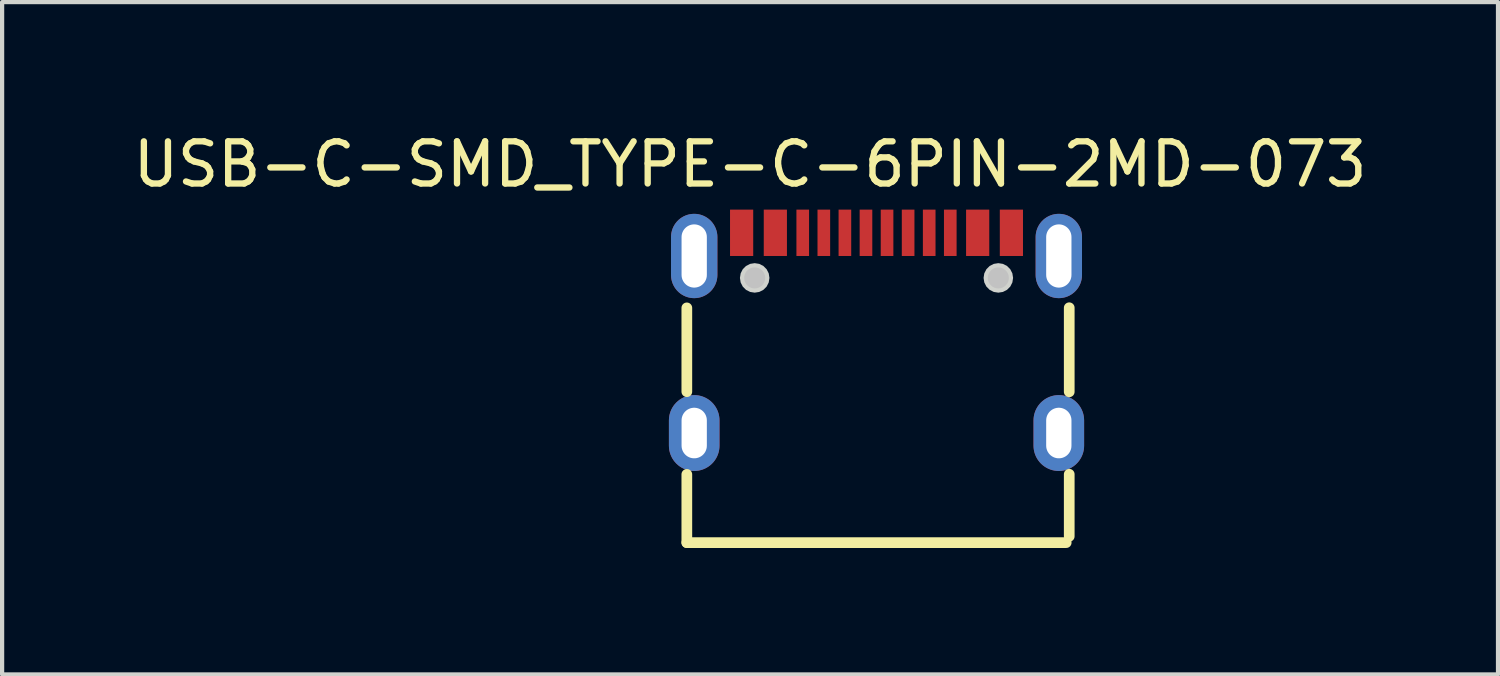
<source format=kicad_pcb>
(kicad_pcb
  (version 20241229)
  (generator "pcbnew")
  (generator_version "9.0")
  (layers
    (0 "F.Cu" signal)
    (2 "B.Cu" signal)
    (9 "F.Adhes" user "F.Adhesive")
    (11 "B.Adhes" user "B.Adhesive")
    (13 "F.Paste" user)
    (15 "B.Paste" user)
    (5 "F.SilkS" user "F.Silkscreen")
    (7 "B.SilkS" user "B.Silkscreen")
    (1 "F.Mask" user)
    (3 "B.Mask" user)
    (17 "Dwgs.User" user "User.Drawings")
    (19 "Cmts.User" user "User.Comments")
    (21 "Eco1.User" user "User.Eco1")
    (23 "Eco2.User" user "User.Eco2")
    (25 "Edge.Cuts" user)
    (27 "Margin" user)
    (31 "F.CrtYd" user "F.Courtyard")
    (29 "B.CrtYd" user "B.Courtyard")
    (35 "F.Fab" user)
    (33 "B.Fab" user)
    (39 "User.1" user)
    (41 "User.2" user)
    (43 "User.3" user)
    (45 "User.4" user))
  (footprint "USB-C-SMD_TYPE-C-6PIN-2MD-073"
    (layer "F.Cu")
    (at 17.744 4.848)
    (property "Reference" "USB-C-SMD_TYPE-C-6PIN-2MD-073" (at -3 -4 0) (layer "F.SilkS") (effects (font (size 1 1) (thickness 0.15))))
    (fp_line (start -4.5 1.394) (end -4.5 -0.594) (stroke (width 0.254) (type default)) (layer "F.SilkS"))
    (fp_line (start -4.5 4.975) (end -4.5 3.356) (stroke (width 0.254) (type default)) (layer "F.SilkS"))
    (fp_line (start 4.5 4.975) (end -4.5 4.975) (stroke (width 0.254) (type default)) (layer "F.SilkS"))
    (fp_line (start 4.572 1.397) (end 4.572 -0.597) (stroke (width 0.254) (type default)) (layer "F.SilkS"))
    (fp_line (start 4.572 4.826) (end 4.572 3.353) (stroke (width 0.254) (type default)) (layer "F.SilkS"))
    (fp_poly (pts (xy -3.5 -2.925) (xy -3.5 -1.825) (xy -2.9 -1.825) (xy -2.9 -2.925)) (stroke (width 0) (type default)) (fill yes) (layer "F.Paste"))
    (fp_poly (pts (xy -2.7 -2.925) (xy -2.7 -1.825) (xy -2.1 -1.825) (xy -2.1 -2.925)) (stroke (width 0) (type default)) (fill yes) (layer "F.Paste"))
    (fp_poly (pts (xy -1.6 -1.825) (xy -1.6 -2.925) (xy -1.9 -2.925) (xy -1.9 -1.825)) (stroke (width 0) (type default)) (fill yes) (layer "F.Paste"))
    (fp_poly (pts (xy -1.1 -1.825) (xy -1.1 -2.925) (xy -1.4 -2.925) (xy -1.4 -1.825)) (stroke (width 0) (type default)) (fill yes) (layer "F.Paste"))
    (fp_poly (pts (xy -0.6 -1.825) (xy -0.6 -2.925) (xy -0.9 -2.925) (xy -0.9 -1.825)) (stroke (width 0) (type default)) (fill yes) (layer "F.Paste"))
    (fp_poly (pts (xy -0.1 -1.825) (xy -0.1 -2.925) (xy -0.4 -2.925) (xy -0.4 -1.825)) (stroke (width 0) (type default)) (fill yes) (layer "F.Paste"))
    (fp_poly (pts (xy 0.4 -1.825) (xy 0.4 -2.925) (xy 0.1 -2.925) (xy 0.1 -1.825)) (stroke (width 0) (type default)) (fill yes) (layer "F.Paste"))
    (fp_poly (pts (xy 0.9 -1.825) (xy 0.9 -2.925) (xy 0.6 -2.925) (xy 0.6 -1.825)) (stroke (width 0) (type default)) (fill yes) (layer "F.Paste"))
    (fp_poly (pts (xy 1.4 -1.825) (xy 1.4 -2.925) (xy 1.1 -2.925) (xy 1.1 -1.825)) (stroke (width 0) (type default)) (fill yes) (layer "F.Paste"))
    (fp_poly (pts (xy 1.6 -2.925) (xy 1.6 -1.825) (xy 1.9 -1.825) (xy 1.9 -2.925)) (stroke (width 0) (type default)) (fill yes) (layer "F.Paste"))
    (fp_poly (pts (xy 2.1 -2.925) (xy 2.1 -1.825) (xy 2.7 -1.825) (xy 2.7 -2.925)) (stroke (width 0) (type default)) (fill yes) (layer "F.Paste"))
    (fp_poly (pts (xy 3.5 -1.825) (xy 3.5 -2.925) (xy 2.9 -2.925) (xy 2.9 -1.825)) (stroke (width 0) (type default)) (fill yes) (layer "F.Paste"))
    (fp_poly (pts (xy -4.34 -2.825) (xy -4.37 -2.824) (xy -4.399 -2.821) (xy -4.429 -2.816) (xy -4.458 -2.81) (xy -4.487 -2.803) (xy -4.516 -2.794) (xy -4.544 -2.784) (xy -4.572 -2.772) (xy -4.598 -2.759) (xy -4.625 -2.744) (xy -4.651 -2.729) (xy -4.675 -2.712) (xy -4.699 -2.694) (xy -4.722 -2.675) (xy -4.744 -2.655) (xy -4.765 -2.633) (xy -4.785 -2.611) (xy -4.803 -2.587) (xy -4.821 -2.563) (xy -4.837 -2.538) (xy -4.852 -2.512) (xy -4.865 -2.486) (xy -4.878 -2.458) (xy -4.889 -2.43) (xy -4.899 -2.402) (xy -4.907 -2.373) (xy -4.913 -2.344) (xy -4.918 -2.314) (xy -4.922 -2.285) (xy -4.924 -2.255) (xy -4.925 -2.225) (xy -4.925 -1.425) (xy -4.924 -1.395) (xy -4.922 -1.365) (xy -4.918 -1.335) (xy -4.913 -1.306) (xy -4.907 -1.277) (xy -4.899 -1.248) (xy -4.889 -1.22) (xy -4.878 -1.192) (xy -4.865 -1.165) (xy -4.852 -1.138) (xy -4.837 -1.113) (xy -4.821 -1.087) (xy -4.803 -1.063) (xy -4.785 -1.04) (xy -4.765 -1.017) (xy -4.744 -0.996) (xy -4.722 -0.976) (xy -4.699 -0.956) (xy -4.675 -0.938) (xy -4.651 -0.921) (xy -4.625 -0.905) (xy -4.598 -0.891) (xy -4.572 -0.878) (xy -4.544 -0.867) (xy -4.516 -0.857) (xy -4.487 -0.848) (xy -4.458 -0.84) (xy -4.429 -0.834) (xy -4.399 -0.83) (xy -4.37 -0.827) (xy -4.34 -0.826) (xy -4.31 -0.826) (xy -4.28 -0.827) (xy -4.25 -0.83) (xy -4.221 -0.834) (xy -4.191 -0.84) (xy -4.162 -0.848) (xy -4.134 -0.857) (xy -4.106 -0.867) (xy -4.078 -0.878) (xy -4.051 -0.891) (xy -4.025 -0.905) (xy -3.999 -0.921) (xy -3.974 -0.938) (xy -3.951 -0.956) (xy -3.928 -0.976) (xy -3.906 -0.996) (xy -3.885 -1.017) (xy -3.865 -1.04) (xy -3.846 -1.063) (xy -3.829 -1.087) (xy -3.813 -1.113) (xy -3.798 -1.138) (xy -3.784 -1.165) (xy -3.772 -1.192) (xy -3.761 -1.22) (xy -3.752 -1.248) (xy -3.744 -1.277) (xy -3.737 -1.306) (xy -3.732 -1.335) (xy -3.728 -1.365) (xy -3.725 -1.395) (xy -3.725 -1.425) (xy -3.725 -2.225) (xy -3.725 -2.255) (xy -3.728 -2.285) (xy -3.732 -2.314) (xy -3.737 -2.344) (xy -3.744 -2.373) (xy -3.752 -2.402) (xy -3.761 -2.43) (xy -3.772 -2.458) (xy -3.784 -2.486) (xy -3.798 -2.512) (xy -3.813 -2.538) (xy -3.829 -2.563) (xy -3.846 -2.587) (xy -3.865 -2.611) (xy -3.885 -2.633) (xy -3.906 -2.655) (xy -3.928 -2.675) (xy -3.951 -2.694) (xy -3.974 -2.712) (xy -3.999 -2.729) (xy -4.025 -2.744) (xy -4.051 -2.759) (xy -4.078 -2.772) (xy -4.106 -2.784) (xy -4.134 -2.794) (xy -4.162 -2.803) (xy -4.191 -2.81) (xy -4.221 -2.816) (xy -4.25 -2.821) (xy -4.28 -2.824) (xy -4.31 -2.825)) (stroke (width 0) (type default)) (fill yes) (layer "F.Paste"))
    (fp_poly (pts (xy -4.28 1.627) (xy -4.31 1.625) (xy -4.34 1.625) (xy -4.37 1.627) (xy -4.399 1.629) (xy -4.429 1.634) (xy -4.458 1.64) (xy -4.487 1.647) (xy -4.516 1.657) (xy -4.544 1.667) (xy -4.572 1.678) (xy -4.598 1.691) (xy -4.625 1.706) (xy -4.651 1.721) (xy -4.675 1.738) (xy -4.699 1.756) (xy -4.722 1.775) (xy -4.744 1.796) (xy -4.765 1.817) (xy -4.785 1.839) (xy -4.803 1.863) (xy -4.821 1.887) (xy -4.837 1.912) (xy -4.852 1.938) (xy -4.865 1.964) (xy -4.878 1.992) (xy -4.889 2.02) (xy -4.899 2.048) (xy -4.907 2.077) (xy -4.913 2.106) (xy -4.918 2.135) (xy -4.922 2.166) (xy -4.924 2.195) (xy -4.925 2.225) (xy -4.925 2.525) (xy -4.924 2.555) (xy -4.922 2.585) (xy -4.918 2.615) (xy -4.913 2.644) (xy -4.907 2.673) (xy -4.899 2.702) (xy -4.889 2.73) (xy -4.878 2.758) (xy -4.865 2.785) (xy -4.852 2.812) (xy -4.837 2.838) (xy -4.821 2.863) (xy -4.803 2.888) (xy -4.785 2.91) (xy -4.765 2.933) (xy -4.744 2.954) (xy -4.722 2.975) (xy -4.699 2.994) (xy -4.675 3.012) (xy -4.651 3.029) (xy -4.625 3.045) (xy -4.598 3.059) (xy -4.572 3.072) (xy -4.544 3.083) (xy -4.516 3.094) (xy -4.487 3.103) (xy -4.458 3.11) (xy -4.429 3.116) (xy -4.399 3.12) (xy -4.37 3.123) (xy -4.34 3.125) (xy -4.31 3.125) (xy -4.28 3.123) (xy -4.25 3.12) (xy -4.221 3.116) (xy -4.191 3.11) (xy -4.162 3.103) (xy -4.134 3.094) (xy -4.106 3.083) (xy -4.078 3.072) (xy -4.051 3.059) (xy -4.025 3.045) (xy -3.999 3.029) (xy -3.974 3.012) (xy -3.951 2.994) (xy -3.928 2.975) (xy -3.906 2.954) (xy -3.885 2.933) (xy -3.865 2.91) (xy -3.846 2.888) (xy -3.829 2.863) (xy -3.813 2.838) (xy -3.798 2.812) (xy -3.784 2.785) (xy -3.772 2.758) (xy -3.761 2.73) (xy -3.752 2.702) (xy -3.744 2.673) (xy -3.737 2.644) (xy -3.732 2.615) (xy -3.728 2.585) (xy -3.725 2.555) (xy -3.725 2.525) (xy -3.725 2.225) (xy -3.725 2.195) (xy -3.728 2.166) (xy -3.732 2.135) (xy -3.737 2.106) (xy -3.744 2.077) (xy -3.752 2.048) (xy -3.761 2.02) (xy -3.772 1.992) (xy -3.784 1.964) (xy -3.798 1.938) (xy -3.813 1.912) (xy -3.829 1.887) (xy -3.846 1.863) (xy -3.865 1.839) (xy -3.885 1.817) (xy -3.906 1.796) (xy -3.928 1.775) (xy -3.951 1.756) (xy -3.974 1.738) (xy -3.999 1.721) (xy -4.025 1.706) (xy -4.051 1.691) (xy -4.078 1.678) (xy -4.106 1.667) (xy -4.134 1.657) (xy -4.162 1.647) (xy -4.191 1.64) (xy -4.221 1.634) (xy -4.25 1.629)) (stroke (width 0) (type default)) (fill yes) (layer "F.Paste"))
    (fp_poly (pts (xy 4.31 1.625) (xy 4.28 1.627) (xy 4.25 1.629) (xy 4.221 1.634) (xy 4.191 1.64) (xy 4.162 1.647) (xy 4.134 1.657) (xy 4.106 1.667) (xy 4.078 1.678) (xy 4.051 1.691) (xy 4.025 1.706) (xy 3.999 1.721) (xy 3.974 1.738) (xy 3.951 1.756) (xy 3.928 1.775) (xy 3.906 1.796) (xy 3.885 1.817) (xy 3.865 1.839) (xy 3.846 1.863) (xy 3.829 1.887) (xy 3.813 1.912) (xy 3.798 1.938) (xy 3.784 1.964) (xy 3.772 1.992) (xy 3.761 2.02) (xy 3.752 2.048) (xy 3.744 2.077) (xy 3.737 2.106) (xy 3.732 2.135) (xy 3.728 2.166) (xy 3.725 2.195) (xy 3.725 2.225) (xy 3.725 2.525) (xy 3.725 2.555) (xy 3.728 2.585) (xy 3.732 2.615) (xy 3.737 2.644) (xy 3.744 2.673) (xy 3.752 2.702) (xy 3.761 2.73) (xy 3.772 2.758) (xy 3.784 2.785) (xy 3.798 2.812) (xy 3.813 2.838) (xy 3.829 2.863) (xy 3.846 2.888) (xy 3.865 2.91) (xy 3.885 2.933) (xy 3.906 2.954) (xy 3.928 2.975) (xy 3.951 2.994) (xy 3.974 3.012) (xy 3.999 3.029) (xy 4.025 3.045) (xy 4.051 3.059) (xy 4.078 3.072) (xy 4.106 3.083) (xy 4.134 3.094) (xy 4.162 3.103) (xy 4.191 3.11) (xy 4.221 3.116) (xy 4.25 3.12) (xy 4.28 3.123) (xy 4.31 3.125) (xy 4.34 3.125) (xy 4.37 3.123) (xy 4.399 3.12) (xy 4.429 3.116) (xy 4.458 3.11) (xy 4.487 3.103) (xy 4.516 3.094) (xy 4.544 3.083) (xy 4.572 3.072) (xy 4.598 3.059) (xy 4.625 3.045) (xy 4.651 3.029) (xy 4.675 3.012) (xy 4.699 2.994) (xy 4.722 2.975) (xy 4.744 2.954) (xy 4.765 2.933) (xy 4.785 2.91) (xy 4.803 2.888) (xy 4.821 2.863) (xy 4.837 2.838) (xy 4.852 2.812) (xy 4.865 2.785) (xy 4.878 2.758) (xy 4.889 2.73) (xy 4.899 2.702) (xy 4.907 2.673) (xy 4.913 2.644) (xy 4.918 2.615) (xy 4.922 2.585) (xy 4.924 2.555) (xy 4.925 2.525) (xy 4.925 2.225) (xy 4.924 2.195) (xy 4.922 2.166) (xy 4.918 2.135) (xy 4.913 2.106) (xy 4.907 2.077) (xy 4.899 2.048) (xy 4.889 2.02) (xy 4.878 1.992) (xy 4.865 1.964) (xy 4.852 1.938) (xy 4.837 1.912) (xy 4.821 1.887) (xy 4.803 1.863) (xy 4.785 1.839) (xy 4.765 1.817) (xy 4.744 1.796) (xy 4.722 1.775) (xy 4.699 1.756) (xy 4.675 1.738) (xy 4.651 1.721) (xy 4.625 1.706) (xy 4.598 1.691) (xy 4.572 1.678) (xy 4.544 1.667) (xy 4.516 1.657) (xy 4.487 1.647) (xy 4.458 1.64) (xy 4.429 1.634) (xy 4.399 1.629) (xy 4.37 1.627) (xy 4.34 1.625)) (stroke (width 0) (type default)) (fill yes) (layer "F.Paste"))
    (fp_poly (pts (xy 4.37 -2.824) (xy 4.34 -2.825) (xy 4.31 -2.825) (xy 4.28 -2.824) (xy 4.25 -2.821) (xy 4.221 -2.816) (xy 4.191 -2.81) (xy 4.162 -2.803) (xy 4.134 -2.794) (xy 4.106 -2.784) (xy 4.078 -2.772) (xy 4.051 -2.759) (xy 4.025 -2.744) (xy 3.999 -2.729) (xy 3.974 -2.712) (xy 3.951 -2.694) (xy 3.928 -2.675) (xy 3.906 -2.655) (xy 3.885 -2.633) (xy 3.865 -2.611) (xy 3.846 -2.587) (xy 3.829 -2.563) (xy 3.813 -2.538) (xy 3.798 -2.512) (xy 3.784 -2.486) (xy 3.772 -2.458) (xy 3.761 -2.43) (xy 3.752 -2.402) (xy 3.744 -2.373) (xy 3.737 -2.344) (xy 3.732 -2.314) (xy 3.728 -2.285) (xy 3.725 -2.255) (xy 3.725 -2.225) (xy 3.725 -1.425) (xy 3.725 -1.395) (xy 3.728 -1.365) (xy 3.732 -1.335) (xy 3.737 -1.306) (xy 3.744 -1.277) (xy 3.752 -1.248) (xy 3.761 -1.22) (xy 3.772 -1.192) (xy 3.784 -1.165) (xy 3.798 -1.138) (xy 3.813 -1.113) (xy 3.829 -1.087) (xy 3.846 -1.063) (xy 3.865 -1.04) (xy 3.885 -1.017) (xy 3.906 -0.996) (xy 3.928 -0.976) (xy 3.951 -0.956) (xy 3.974 -0.938) (xy 3.999 -0.921) (xy 4.025 -0.905) (xy 4.051 -0.891) (xy 4.078 -0.878) (xy 4.106 -0.867) (xy 4.134 -0.857) (xy 4.162 -0.848) (xy 4.191 -0.84) (xy 4.221 -0.834) (xy 4.25 -0.83) (xy 4.28 -0.827) (xy 4.31 -0.826) (xy 4.34 -0.826) (xy 4.37 -0.827) (xy 4.399 -0.83) (xy 4.429 -0.834) (xy 4.458 -0.84) (xy 4.487 -0.848) (xy 4.516 -0.857) (xy 4.544 -0.867) (xy 4.572 -0.878) (xy 4.598 -0.891) (xy 4.625 -0.905) (xy 4.651 -0.921) (xy 4.675 -0.938) (xy 4.699 -0.956) (xy 4.722 -0.976) (xy 4.744 -0.996) (xy 4.765 -1.017) (xy 4.785 -1.04) (xy 4.803 -1.063) (xy 4.821 -1.087) (xy 4.837 -1.113) (xy 4.852 -1.138) (xy 4.865 -1.165) (xy 4.878 -1.192) (xy 4.889 -1.22) (xy 4.899 -1.248) (xy 4.907 -1.277) (xy 4.913 -1.306) (xy 4.918 -1.335) (xy 4.922 -1.365) (xy 4.924 -1.395) (xy 4.925 -1.425) (xy 4.925 -2.225) (xy 4.924 -2.255) (xy 4.922 -2.285) (xy 4.918 -2.314) (xy 4.913 -2.344) (xy 4.907 -2.373) (xy 4.899 -2.402) (xy 4.889 -2.43) (xy 4.878 -2.458) (xy 4.865 -2.486) (xy 4.852 -2.512) (xy 4.837 -2.538) (xy 4.821 -2.563) (xy 4.803 -2.587) (xy 4.785 -2.611) (xy 4.765 -2.633) (xy 4.744 -2.655) (xy 4.722 -2.675) (xy 4.699 -2.694) (xy 4.675 -2.712) (xy 4.651 -2.729) (xy 4.625 -2.744) (xy 4.598 -2.759) (xy 4.572 -2.772) (xy 4.544 -2.784) (xy 4.516 -2.794) (xy 4.487 -2.803) (xy 4.458 -2.81) (xy 4.429 -2.816) (xy 4.399 -2.821)) (stroke (width 0) (type default)) (fill yes) (layer "F.Paste"))
    (fp_circle (center -2.89 -1.305) (end -2.765 -1.305) (stroke (width 0.25) (type default)) (fill no) (layer "Dwgs.User"))
    (fp_circle (center 2.89 -1.305) (end 3.015 -1.305) (stroke (width 0.25) (type default)) (fill no) (layer "Dwgs.User"))
    (fp_poly (pts (xy -2.54 -1.305) (xy -2.557 -1.413) (xy -2.607 -1.511) (xy -2.684 -1.588) (xy -2.782 -1.638) (xy -2.89 -1.655) (xy -2.998 -1.638) (xy -3.096 -1.588) (xy -3.173 -1.511) (xy -3.223 -1.413) (xy -3.24 -1.305) (xy -3.223 -1.197) (xy -3.173 -1.099) (xy -3.096 -1.022) (xy -2.998 -0.972) (xy -2.89 -0.955) (xy -2.782 -0.972) (xy -2.684 -1.022) (xy -2.607 -1.099) (xy -2.557 -1.197)) (stroke (width 0) (type default)) (fill yes) (layer "Edge.Cuts"))
    (fp_poly (pts (xy 3.24 -1.305) (xy 3.223 -1.413) (xy 3.173 -1.511) (xy 3.096 -1.588) (xy 2.998 -1.638) (xy 2.89 -1.655) (xy 2.782 -1.638) (xy 2.684 -1.588) (xy 2.607 -1.511) (xy 2.557 -1.413) (xy 2.54 -1.305) (xy 2.557 -1.197) (xy 2.607 -1.099) (xy 2.684 -1.022) (xy 2.782 -0.972) (xy 2.89 -0.955) (xy 2.998 -0.972) (xy 3.096 -1.022) (xy 3.173 -1.099) (xy 3.223 -1.197)) (stroke (width 0) (type default)) (fill yes) (layer "Edge.Cuts"))
    (fp_poly (pts (xy -4.45 -2.349) (xy -4.2 -2.349) (xy -4.2 -1.249) (xy -4.45 -1.249)) (stroke (width 0.1) (type default)) (fill no) (layer "User.1"))
    (fp_poly (pts (xy -4.45 2.025) (xy -4.2 2.025) (xy -4.2 2.725) (xy -4.45 2.725)) (stroke (width 0.1) (type default)) (fill no) (layer "User.1"))
    (fp_poly (pts (xy -3.4 -2.649) (xy -3 -2.649) (xy -3 -1.799) (xy -3.4 -1.799)) (stroke (width 0.1) (type default)) (fill no) (layer "User.1"))
    (fp_poly (pts (xy -2.6 -2.649) (xy -2.2 -2.649) (xy -2.2 -1.799) (xy -2.6 -1.799)) (stroke (width 0.1) (type default)) (fill no) (layer "User.1"))
    (fp_poly (pts (xy -1.85 -2.649) (xy -1.65 -2.649) (xy -1.65 -1.799) (xy -1.85 -1.799)) (stroke (width 0.1) (type default)) (fill no) (layer "User.1"))
    (fp_poly (pts (xy -1.35 -2.649) (xy -1.15 -2.649) (xy -1.15 -1.799) (xy -1.35 -1.799)) (stroke (width 0.1) (type default)) (fill no) (layer "User.1"))
    (fp_poly (pts (xy -0.85 -2.649) (xy -0.65 -2.649) (xy -0.65 -1.799) (xy -0.85 -1.799)) (stroke (width 0.1) (type default)) (fill no) (layer "User.1"))
    (fp_poly (pts (xy -0.35 -2.649) (xy -0.15 -2.649) (xy -0.15 -1.799) (xy -0.35 -1.799)) (stroke (width 0.1) (type default)) (fill no) (layer "User.1"))
    (fp_poly (pts (xy 0.15 -2.649) (xy 0.35 -2.649) (xy 0.35 -1.799) (xy 0.15 -1.799)) (stroke (width 0.1) (type default)) (fill no) (layer "User.1"))
    (fp_poly (pts (xy 0.65 -2.649) (xy 0.85 -2.649) (xy 0.85 -1.799) (xy 0.65 -1.799)) (stroke (width 0.1) (type default)) (fill no) (layer "User.1"))
    (fp_poly (pts (xy 1.15 -2.649) (xy 1.35 -2.649) (xy 1.35 -1.799) (xy 1.15 -1.799)) (stroke (width 0.1) (type default)) (fill no) (layer "User.1"))
    (fp_poly (pts (xy 1.65 -2.649) (xy 1.85 -2.649) (xy 1.85 -1.799) (xy 1.65 -1.799)) (stroke (width 0.1) (type default)) (fill no) (layer "User.1"))
    (fp_poly (pts (xy 2.2 -2.649) (xy 2.6 -2.649) (xy 2.6 -1.799) (xy 2.2 -1.799)) (stroke (width 0.1) (type default)) (fill no) (layer "User.1"))
    (fp_poly (pts (xy 3 -2.649) (xy 3.4 -2.649) (xy 3.4 -1.799) (xy 3 -1.799)) (stroke (width 0.1) (type default)) (fill no) (layer "User.1"))
    (fp_poly (pts (xy 4.2 -2.349) (xy 4.45 -2.349) (xy 4.45 -1.249) (xy 4.2 -1.249)) (stroke (width 0.1) (type default)) (fill no) (layer "User.1"))
    (fp_poly (pts (xy 4.2 2.025) (xy 4.45 2.025) (xy 4.45 2.725) (xy 4.2 2.725)) (stroke (width 0.1) (type default)) (fill no) (layer "User.1"))
    (fp_line (start -4.45 -2.349) (end 4.45 -2.349) (stroke (width 0.051) (type default)) (layer "User.2"))
    (fp_line (start -4.45 5.001) (end -4.45 -2.349) (stroke (width 0.051) (type default)) (layer "User.2"))
    (fp_line (start 4.45 -2.349) (end 4.45 5.001) (stroke (width 0.051) (type default)) (layer "User.2"))
    (fp_line (start 4.45 5.001) (end -4.45 5.001) (stroke (width 0.051) (type default)) (layer "User.2"))
    (fp_poly (pts (xy -4.39 -2.649) (xy -4.408 -2.691) (xy -4.45 -2.709) (xy -4.492 -2.691) (xy -4.51 -2.649) (xy -4.492 -2.607) (xy -4.45 -2.589) (xy -4.408 -2.607)) (stroke (width 0.1) (type default)) (fill no) (layer "User.3"))
    (pad "1" smd rect (at -3.2 -2.375) (size 0.55 1.1) (layers "F.Cu" "F.Mask" "F.Paste"))
    (pad "2" smd rect (at -2.4 -2.375) (size 0.55 1.1) (layers "F.Cu" "F.Mask" "F.Paste"))
    (pad "3" smd rect (at -1.75 -2.375) (size 0.3 1.1) (layers "F.Cu" "F.Mask" "F.Paste"))
    (pad "4" smd rect (at -1.25 -2.375) (size 0.3 1.1) (layers "F.Cu" "F.Mask" "F.Paste"))
    (pad "5" smd rect (at -0.75 -2.375) (size 0.3 1.1) (layers "F.Cu" "F.Mask" "F.Paste"))
    (pad "6" smd rect (at -0.25 -2.375) (size 0.3 1.1) (layers "F.Cu" "F.Mask" "F.Paste"))
    (pad "7" smd rect (at 0.25 -2.375) (size 0.3 1.1) (layers "F.Cu" "F.Mask" "F.Paste"))
    (pad "8" smd rect (at 0.75 -2.375) (size 0.3 1.1) (layers "F.Cu" "F.Mask" "F.Paste"))
    (pad "9" smd rect (at 1.25 -2.375) (size 0.3 1.1) (layers "F.Cu" "F.Mask" "F.Paste"))
    (pad "10" smd rect (at 1.75 -2.375) (size 0.3 1.1) (layers "F.Cu" "F.Mask" "F.Paste"))
    (pad "11" smd rect (at 2.4 -2.375) (size 0.55 1.1) (layers "F.Cu" "F.Mask" "F.Paste"))
    (pad "12" smd rect (at 3.2 -2.375) (size 0.55 1.1) (layers "F.Cu" "F.Mask" "F.Paste"))
    (pad "13" thru_hole oval (at -4.325 -1.825) (size 1.1 2) (drill oval 0.6 1.5) (layers "*.Cu" "*.Mask"))
    (pad "13" thru_hole oval (at -4.325 2.375) (size 1.2 1.8) (drill oval 0.6 1.2) (layers "*.Cu" "*.Mask"))
    (pad "14" thru_hole oval (at 4.325 -1.825) (size 1.1 2) (drill oval 0.6 1.5) (layers "*.Cu" "*.Mask"))
    (pad "14" thru_hole oval (at 4.325 2.375) (size 1.2 1.8) (drill oval 0.6 1.2) (layers "*.Cu" "*.Mask")))
  (gr_rect
    (start -3 -3)
    (end 32.488 12.95)
    (stroke (width 0.1) (type default))
    (fill no)
    (layer "Edge.Cuts")))
</source>
